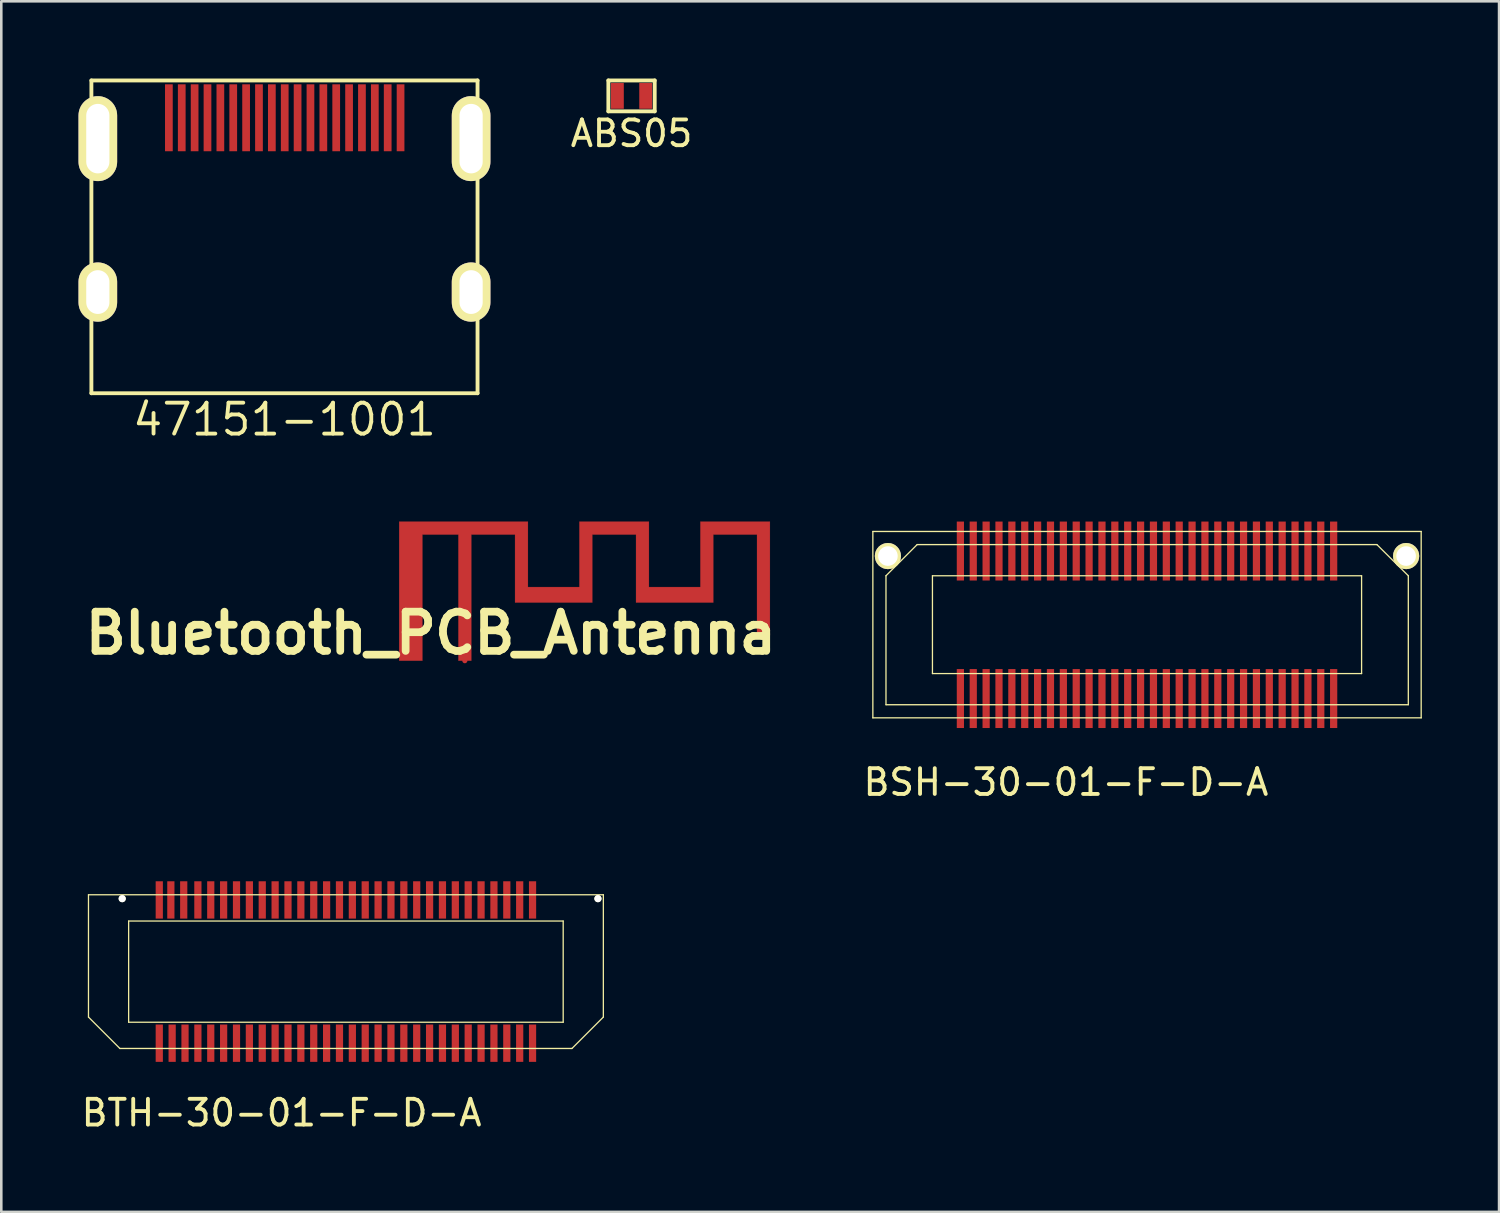
<source format=kicad_pcb>
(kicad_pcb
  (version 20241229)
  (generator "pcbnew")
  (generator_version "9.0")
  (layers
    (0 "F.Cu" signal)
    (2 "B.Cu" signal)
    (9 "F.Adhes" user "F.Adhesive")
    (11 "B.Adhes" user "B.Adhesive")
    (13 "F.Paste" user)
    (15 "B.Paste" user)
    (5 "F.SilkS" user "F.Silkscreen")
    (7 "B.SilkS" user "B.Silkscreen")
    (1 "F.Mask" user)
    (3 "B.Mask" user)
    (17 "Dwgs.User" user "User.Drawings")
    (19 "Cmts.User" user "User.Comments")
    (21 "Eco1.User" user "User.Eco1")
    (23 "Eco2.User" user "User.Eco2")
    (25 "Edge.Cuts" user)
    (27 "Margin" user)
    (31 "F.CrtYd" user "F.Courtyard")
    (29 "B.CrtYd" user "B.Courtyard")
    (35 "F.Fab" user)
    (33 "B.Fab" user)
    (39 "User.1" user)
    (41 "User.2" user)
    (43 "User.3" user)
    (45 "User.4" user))
  (footprint "47151-1001"
    (layer "F.Cu")
    (at 8 1.575)
    (property "Reference" "47151-1001" (at 0 11.67 0) (layer "F.SilkS") (effects (font (size 1.2 1.2) (thickness 0.15))))
    (attr through_hole)
    (fp_line (start -7.5 -1.5) (end -7.5 10.65) (stroke (width 0.15) (type solid)) (layer "F.SilkS"))
    (fp_line (start -7.5 -1.5) (end 7.5 -1.5) (stroke (width 0.15) (type solid)) (layer "F.SilkS"))
    (fp_line (start -7.5 10.65) (end 7.5 10.65) (stroke (width 0.15) (type solid)) (layer "F.SilkS"))
    (fp_line (start 7.5 10.65) (end 7.5 -1.5) (stroke (width 0.15) (type solid)) (layer "F.SilkS"))
    (pad "0" thru_hole oval (at -7.25 0.76) (size 1.5 3.3) (drill oval 0.9 2.7) (layers "*.Cu" "*.Mask" "F.SilkS"))
    (pad "0" thru_hole oval (at -7.25 6.72) (size 1.5 2.3) (drill oval 0.9 1.7) (layers "*.Cu" "*.Mask" "F.SilkS"))
    (pad "0" thru_hole oval (at 7.25 0.76) (size 1.5 3.3) (drill oval 0.9 2.7) (layers "*.Cu" "*.Mask" "F.SilkS"))
    (pad "0" thru_hole oval (at 7.25 6.72) (size 1.5 2.3) (drill oval 0.9 1.7) (layers "*.Cu" "*.Mask" "F.SilkS"))
    (pad "1" smd rect (at 4.51 -0.05 180) (size 0.3 2.6) (layers "F.Cu" "F.Mask" "F.Paste"))
    (pad "2" smd rect (at 4.01 -0.05 180) (size 0.3 2.6) (layers "F.Cu" "F.Mask" "F.Paste"))
    (pad "3" smd rect (at 3.51 -0.05 180) (size 0.3 2.6) (layers "F.Cu" "F.Mask" "F.Paste"))
    (pad "4" smd rect (at 3.01 -0.05 180) (size 0.3 2.6) (layers "F.Cu" "F.Mask" "F.Paste"))
    (pad "5" smd rect (at 2.51 -0.05 180) (size 0.3 2.6) (layers "F.Cu" "F.Mask" "F.Paste"))
    (pad "6" smd rect (at 2.01 -0.05 180) (size 0.3 2.6) (layers "F.Cu" "F.Mask" "F.Paste"))
    (pad "7" smd rect (at 1.51 -0.05 180) (size 0.3 2.6) (layers "F.Cu" "F.Mask" "F.Paste"))
    (pad "8" smd rect (at 1.01 -0.05 180) (size 0.3 2.6) (layers "F.Cu" "F.Mask" "F.Paste"))
    (pad "9" smd rect (at 0.51 -0.05 180) (size 0.3 2.6) (layers "F.Cu" "F.Mask" "F.Paste"))
    (pad "10" smd rect (at 0.01 -0.05 180) (size 0.3 2.6) (layers "F.Cu" "F.Mask" "F.Paste"))
    (pad "11" smd rect (at -0.49 -0.05 180) (size 0.3 2.6) (layers "F.Cu" "F.Mask" "F.Paste"))
    (pad "12" smd rect (at -0.99 -0.05 180) (size 0.3 2.6) (layers "F.Cu" "F.Mask" "F.Paste"))
    (pad "13" smd rect (at -1.49 -0.05 180) (size 0.3 2.6) (layers "F.Cu" "F.Mask" "F.Paste"))
    (pad "14" smd rect (at -1.99 -0.05 180) (size 0.3 2.6) (layers "F.Cu" "F.Mask" "F.Paste"))
    (pad "15" smd rect (at -2.49 -0.05 180) (size 0.3 2.6) (layers "F.Cu" "F.Mask" "F.Paste"))
    (pad "16" smd rect (at -2.99 -0.05 180) (size 0.3 2.6) (layers "F.Cu" "F.Mask" "F.Paste"))
    (pad "17" smd rect (at -3.49 -0.05 180) (size 0.3 2.6) (layers "F.Cu" "F.Mask" "F.Paste"))
    (pad "18" smd rect (at -3.99 -0.05 180) (size 0.3 2.6) (layers "F.Cu" "F.Mask" "F.Paste"))
    (pad "19" smd rect (at -4.49 -0.05 180) (size 0.3 2.6) (layers "F.Cu" "F.Mask" "F.Paste")))
  (footprint "BTH-30-01-F-D-A"
    (layer "F.Cu")
    (at 0.387 37.678)
    (property "Reference" "BTH-30-01-F-D-A" (at 7.5 2.5 0) (layer "F.SilkS") (effects (font (size 1 1) (thickness 0.15))))
    (attr through_hole)
    (fp_line (start 0 -5.97) (end 0 -1.22) (stroke (width 0.05) (type solid)) (layer "F.SilkS"))
    (fp_line (start 0 -5.97) (end 20 -5.97) (stroke (width 0.05) (type solid)) (layer "F.SilkS"))
    (fp_line (start 0 -1.22) (end 1.22 0) (stroke (width 0.05) (type solid)) (layer "F.SilkS"))
    (fp_line (start 1.56 -4.95) (end 1.56 -1.02) (stroke (width 0.05) (type solid)) (layer "F.SilkS"))
    (fp_line (start 1.56 -4.95) (end 18.44 -4.95) (stroke (width 0.05) (type solid)) (layer "F.SilkS"))
    (fp_line (start 1.56 -1.02) (end 18.44 -1.02) (stroke (width 0.05) (type solid)) (layer "F.SilkS"))
    (fp_line (start 18.44 -4.95) (end 18.44 -1.02) (stroke (width 0.05) (type solid)) (layer "F.SilkS"))
    (fp_line (start 18.78 0) (end 1.22 0) (stroke (width 0.05) (type solid)) (layer "F.SilkS"))
    (fp_line (start 20 -5.97) (end 20 -1.22) (stroke (width 0.05) (type solid)) (layer "F.SilkS"))
    (fp_line (start 20 -1.22) (end 18.78 0) (stroke (width 0.05) (type solid)) (layer "F.SilkS"))
    (pad "" np_thru_hole circle (at 1.31 -5.82) (size 0.28 0.28) (drill 0.762) (layers "*.Cu" "*.Mask" "F.SilkS"))
    (pad "" np_thru_hole circle (at 19.79 -5.82) (size 0.28 0.28) (drill 0.762) (layers "*.Cu" "*.Mask" "F.SilkS"))
    (pad "1" smd rect (at 2.75 -5.77) (size 0.28 1.45) (layers "F.Cu" "F.Mask" "F.Paste"))
    (pad "2" smd rect (at 2.75 -0.205) (size 0.28 1.45) (layers "F.Cu" "F.Mask" "F.Paste"))
    (pad "3" smd rect (at 3.2 -5.77) (size 0.28 1.45) (layers "F.Cu" "F.Mask" "F.Paste"))
    (pad "4" smd rect (at 3.25 -0.205) (size 0.28 1.45) (layers "F.Cu" "F.Mask" "F.Paste"))
    (pad "5" smd rect (at 3.7 -5.77) (size 0.28 1.45) (layers "F.Cu" "F.Mask" "F.Paste"))
    (pad "6" smd rect (at 3.75 -0.205) (size 0.28 1.45) (layers "F.Cu" "F.Mask" "F.Paste"))
    (pad "7" smd rect (at 4.25 -5.77) (size 0.28 1.45) (layers "F.Cu" "F.Mask" "F.Paste"))
    (pad "8" smd rect (at 4.25 -0.205) (size 0.28 1.45) (layers "F.Cu" "F.Mask" "F.Paste"))
    (pad "9" smd rect (at 4.75 -5.77) (size 0.28 1.45) (layers "F.Cu" "F.Mask" "F.Paste"))
    (pad "10" smd rect (at 4.75 -0.205) (size 0.28 1.45) (layers "F.Cu" "F.Mask" "F.Paste"))
    (pad "11" smd rect (at 5.25 -5.77) (size 0.28 1.45) (layers "F.Cu" "F.Mask" "F.Paste"))
    (pad "12" smd rect (at 5.25 -0.205) (size 0.28 1.45) (layers "F.Cu" "F.Mask" "F.Paste"))
    (pad "13" smd rect (at 5.75 -5.77) (size 0.28 1.45) (layers "F.Cu" "F.Mask" "F.Paste"))
    (pad "14" smd rect (at 5.75 -0.205) (size 0.28 1.45) (layers "F.Cu" "F.Mask" "F.Paste"))
    (pad "15" smd rect (at 6.25 -5.77) (size 0.28 1.45) (layers "F.Cu" "F.Mask" "F.Paste"))
    (pad "16" smd rect (at 6.25 -0.205) (size 0.28 1.45) (layers "F.Cu" "F.Mask" "F.Paste"))
    (pad "17" smd rect (at 6.75 -5.77) (size 0.28 1.45) (layers "F.Cu" "F.Mask" "F.Paste"))
    (pad "18" smd rect (at 6.75 -0.205) (size 0.28 1.45) (layers "F.Cu" "F.Mask" "F.Paste"))
    (pad "19" smd rect (at 7.25 -5.77) (size 0.28 1.45) (layers "F.Cu" "F.Mask" "F.Paste"))
    (pad "20" smd rect (at 7.25 -0.205) (size 0.28 1.45) (layers "F.Cu" "F.Mask" "F.Paste"))
    (pad "21" smd rect (at 7.75 -5.77) (size 0.28 1.45) (layers "F.Cu" "F.Mask" "F.Paste"))
    (pad "22" smd rect (at 7.75 -0.205) (size 0.28 1.45) (layers "F.Cu" "F.Mask" "F.Paste"))
    (pad "23" smd rect (at 8.25 -5.77) (size 0.28 1.45) (layers "F.Cu" "F.Mask" "F.Paste"))
    (pad "24" smd rect (at 8.25 -0.205) (size 0.28 1.45) (layers "F.Cu" "F.Mask" "F.Paste"))
    (pad "25" smd rect (at 8.75 -5.77) (size 0.28 1.45) (layers "F.Cu" "F.Mask" "F.Paste"))
    (pad "26" smd rect (at 8.75 -0.205) (size 0.28 1.45) (layers "F.Cu" "F.Mask" "F.Paste"))
    (pad "27" smd rect (at 9.25 -5.77) (size 0.28 1.45) (layers "F.Cu" "F.Mask" "F.Paste"))
    (pad "28" smd rect (at 9.25 -0.205) (size 0.28 1.45) (layers "F.Cu" "F.Mask" "F.Paste"))
    (pad "29" smd rect (at 9.75 -5.77) (size 0.28 1.45) (layers "F.Cu" "F.Mask" "F.Paste"))
    (pad "30" smd rect (at 9.75 -0.205) (size 0.28 1.45) (layers "F.Cu" "F.Mask" "F.Paste"))
    (pad "31" smd rect (at 10.25 -5.77) (size 0.28 1.45) (layers "F.Cu" "F.Mask" "F.Paste"))
    (pad "32" smd rect (at 10.25 -0.205) (size 0.28 1.45) (layers "F.Cu" "F.Mask" "F.Paste"))
    (pad "33" smd rect (at 10.75 -5.77) (size 0.28 1.45) (layers "F.Cu" "F.Mask" "F.Paste"))
    (pad "34" smd rect (at 10.75 -0.205) (size 0.28 1.45) (layers "F.Cu" "F.Mask" "F.Paste"))
    (pad "35" smd rect (at 11.25 -5.77) (size 0.28 1.45) (layers "F.Cu" "F.Mask" "F.Paste"))
    (pad "36" smd rect (at 11.25 -0.205) (size 0.28 1.45) (layers "F.Cu" "F.Mask" "F.Paste"))
    (pad "37" smd rect (at 11.75 -5.77) (size 0.28 1.45) (layers "F.Cu" "F.Mask" "F.Paste"))
    (pad "38" smd rect (at 11.75 -0.205) (size 0.28 1.45) (layers "F.Cu" "F.Mask" "F.Paste"))
    (pad "39" smd rect (at 12.25 -5.77) (size 0.28 1.45) (layers "F.Cu" "F.Mask" "F.Paste"))
    (pad "40" smd rect (at 12.25 -0.205) (size 0.28 1.45) (layers "F.Cu" "F.Mask" "F.Paste"))
    (pad "41" smd rect (at 12.75 -5.77) (size 0.28 1.45) (layers "F.Cu" "F.Mask" "F.Paste"))
    (pad "42" smd rect (at 12.75 -0.205) (size 0.28 1.45) (layers "F.Cu" "F.Mask" "F.Paste"))
    (pad "43" smd rect (at 13.25 -5.77) (size 0.28 1.45) (layers "F.Cu" "F.Mask" "F.Paste"))
    (pad "44" smd rect (at 13.25 -0.205) (size 0.28 1.45) (layers "F.Cu" "F.Mask" "F.Paste"))
    (pad "45" smd rect (at 13.75 -5.77) (size 0.28 1.45) (layers "F.Cu" "F.Mask" "F.Paste"))
    (pad "46" smd rect (at 13.75 -0.205) (size 0.28 1.45) (layers "F.Cu" "F.Mask" "F.Paste"))
    (pad "47" smd rect (at 14.25 -5.77) (size 0.28 1.45) (layers "F.Cu" "F.Mask" "F.Paste"))
    (pad "48" smd rect (at 14.25 -0.205) (size 0.28 1.45) (layers "F.Cu" "F.Mask" "F.Paste"))
    (pad "49" smd rect (at 14.75 -5.77) (size 0.28 1.45) (layers "F.Cu" "F.Mask" "F.Paste"))
    (pad "50" smd rect (at 14.75 -0.205) (size 0.28 1.45) (layers "F.Cu" "F.Mask" "F.Paste"))
    (pad "51" smd rect (at 15.25 -5.77) (size 0.28 1.45) (layers "F.Cu" "F.Mask" "F.Paste"))
    (pad "52" smd rect (at 15.25 -0.205) (size 0.28 1.45) (layers "F.Cu" "F.Mask" "F.Paste"))
    (pad "53" smd rect (at 15.75 -5.77) (size 0.28 1.45) (layers "F.Cu" "F.Mask" "F.Paste"))
    (pad "54" smd rect (at 15.75 -0.205) (size 0.28 1.45) (layers "F.Cu" "F.Mask" "F.Paste"))
    (pad "55" smd rect (at 16.25 -5.77) (size 0.28 1.45) (layers "F.Cu" "F.Mask" "F.Paste"))
    (pad "56" smd rect (at 16.25 -0.205) (size 0.28 1.45) (layers "F.Cu" "F.Mask" "F.Paste"))
    (pad "57" smd rect (at 16.75 -5.77) (size 0.28 1.45) (layers "F.Cu" "F.Mask" "F.Paste"))
    (pad "58" smd rect (at 16.75 -0.205) (size 0.28 1.45) (layers "F.Cu" "F.Mask" "F.Paste"))
    (pad "59" smd rect (at 17.25 -5.77) (size 0.28 1.45) (layers "F.Cu" "F.Mask" "F.Paste"))
    (pad "60" smd rect (at 17.25 -0.205) (size 0.28 1.45) (layers "F.Cu" "F.Mask" "F.Paste")))
  (footprint "ABS05"
    (layer "F.Cu")
    (at 21.482 0.675)
    (property "Reference" "ABS05" (at 0 1.46 0) (layer "F.SilkS") (effects (font (size 1 1) (thickness 0.15))))
    (attr through_hole)
    (fp_line (start -0.9 -0.6) (end 0.9 -0.6) (stroke (width 0.15) (type solid)) (layer "F.SilkS"))
    (fp_line (start -0.9 0.6) (end -0.9 -0.6) (stroke (width 0.15) (type solid)) (layer "F.SilkS"))
    (fp_line (start 0.9 -0.6) (end 0.9 0.6) (stroke (width 0.15) (type solid)) (layer "F.SilkS"))
    (fp_line (start 0.9 0.6) (end -0.9 0.6) (stroke (width 0.15) (type solid)) (layer "F.SilkS"))
    (pad "1" smd rect (at -0.55 0) (size 0.5 1) (layers "F.Cu" "F.Mask" "F.Paste"))
    (pad "2" smd rect (at 0.55 0) (size 0.5 1) (layers "F.Cu" "F.Mask" "F.Paste")))
  (footprint "BSH-30-01-F-D-A"
    (layer "F.Cu")
    (at 30.856 24.835)
    (property "Reference" "BSH-30-01-F-D-A" (at 7.5 2.5 0) (layer "F.SilkS") (effects (font (size 1 1) (thickness 0.15))))
    (attr through_hole)
    (fp_line (start 0 -7.24) (end 0 0) (stroke (width 0.05) (type solid)) (layer "F.SilkS"))
    (fp_line (start 0 -7.24) (end 21.3 -7.24) (stroke (width 0.05) (type solid)) (layer "F.SilkS"))
    (fp_line (start 0.51 -5.52) (end 1.72 -6.73) (stroke (width 0.05) (type solid)) (layer "F.SilkS"))
    (fp_line (start 0.51 -0.51) (end 0.51 -5.52) (stroke (width 0.05) (type solid)) (layer "F.SilkS"))
    (fp_line (start 0.51 -0.51) (end 20.8 -0.51) (stroke (width 0.05) (type solid)) (layer "F.SilkS"))
    (fp_line (start 1.72 -6.73) (end 19.58 -6.73) (stroke (width 0.05) (type solid)) (layer "F.SilkS"))
    (fp_line (start 2.315 -5.52) (end 2.315 -1.72) (stroke (width 0.05) (type solid)) (layer "F.SilkS"))
    (fp_line (start 2.315 -1.72) (end 18.985 -1.72) (stroke (width 0.05) (type solid)) (layer "F.SilkS"))
    (fp_line (start 18.985 -5.52) (end 2.315 -5.52) (stroke (width 0.05) (type solid)) (layer "F.SilkS"))
    (fp_line (start 18.985 -1.72) (end 18.985 -5.52) (stroke (width 0.05) (type solid)) (layer "F.SilkS"))
    (fp_line (start 20.8 -5.52) (end 19.58 -6.73) (stroke (width 0.05) (type solid)) (layer "F.SilkS"))
    (fp_line (start 20.8 -0.51) (end 20.8 -5.52) (stroke (width 0.05) (type solid)) (layer "F.SilkS"))
    (fp_line (start 21.3 -7.24) (end 21.3 0) (stroke (width 0.05) (type solid)) (layer "F.SilkS"))
    (fp_line (start 21.3 0) (end 0 0) (stroke (width 0.05) (type solid)) (layer "F.SilkS"))
    (pad "" np_thru_hole circle (at 0.585 -6.285) (size 1.016 1.016) (drill 0.762) (layers "*.Cu" "*.Mask" "F.SilkS"))
    (pad "" np_thru_hole circle (at 20.715 -6.285) (size 1.016 1.016) (drill 0.762) (layers "*.Cu" "*.Mask" "F.SilkS"))
    (pad "1" smd rect (at 3.4 -0.75) (size 0.28 2.29) (layers "F.Cu" "F.Mask" "F.Paste"))
    (pad "2" smd rect (at 3.4 -6.48) (size 0.28 2.29) (layers "F.Cu" "F.Mask" "F.Paste"))
    (pad "3" smd rect (at 3.9 -0.75) (size 0.28 2.29) (layers "F.Cu" "F.Mask" "F.Paste"))
    (pad "4" smd rect (at 3.9 -6.48) (size 0.28 2.29) (layers "F.Cu" "F.Mask" "F.Paste"))
    (pad "5" smd rect (at 4.4 -0.75) (size 0.28 2.29) (layers "F.Cu" "F.Mask" "F.Paste"))
    (pad "6" smd rect (at 4.4 -6.48) (size 0.28 2.29) (layers "F.Cu" "F.Mask" "F.Paste"))
    (pad "7" smd rect (at 4.9 -0.75) (size 0.28 2.29) (layers "F.Cu" "F.Mask" "F.Paste"))
    (pad "8" smd rect (at 4.9 -6.48) (size 0.28 2.29) (layers "F.Cu" "F.Mask" "F.Paste"))
    (pad "9" smd rect (at 5.4 -0.75) (size 0.28 2.29) (layers "F.Cu" "F.Mask" "F.Paste"))
    (pad "10" smd rect (at 5.4 -6.48) (size 0.28 2.29) (layers "F.Cu" "F.Mask" "F.Paste"))
    (pad "11" smd rect (at 5.9 -0.75) (size 0.28 2.29) (layers "F.Cu" "F.Mask" "F.Paste"))
    (pad "12" smd rect (at 5.9 -6.48) (size 0.28 2.29) (layers "F.Cu" "F.Mask" "F.Paste"))
    (pad "13" smd rect (at 6.4 -0.75) (size 0.28 2.29) (layers "F.Cu" "F.Mask" "F.Paste"))
    (pad "14" smd rect (at 6.4 -6.48) (size 0.28 2.29) (layers "F.Cu" "F.Mask" "F.Paste"))
    (pad "15" smd rect (at 6.9 -0.75) (size 0.28 2.29) (layers "F.Cu" "F.Mask" "F.Paste"))
    (pad "16" smd rect (at 6.9 -6.48) (size 0.28 2.29) (layers "F.Cu" "F.Mask" "F.Paste"))
    (pad "17" smd rect (at 7.4 -0.75) (size 0.28 2.29) (layers "F.Cu" "F.Mask" "F.Paste"))
    (pad "18" smd rect (at 7.4 -6.48) (size 0.28 2.29) (layers "F.Cu" "F.Mask" "F.Paste"))
    (pad "19" smd rect (at 7.9 -0.75) (size 0.28 2.29) (layers "F.Cu" "F.Mask" "F.Paste"))
    (pad "20" smd rect (at 7.9 -6.48) (size 0.28 2.29) (layers "F.Cu" "F.Mask" "F.Paste"))
    (pad "21" smd rect (at 8.4 -0.75) (size 0.28 2.29) (layers "F.Cu" "F.Mask" "F.Paste"))
    (pad "22" smd rect (at 8.4 -6.48) (size 0.28 2.29) (layers "F.Cu" "F.Mask" "F.Paste"))
    (pad "23" smd rect (at 8.9 -0.75) (size 0.28 2.29) (layers "F.Cu" "F.Mask" "F.Paste"))
    (pad "24" smd rect (at 8.9 -6.48) (size 0.28 2.29) (layers "F.Cu" "F.Mask" "F.Paste"))
    (pad "25" smd rect (at 9.4 -0.75) (size 0.28 2.29) (layers "F.Cu" "F.Mask" "F.Paste"))
    (pad "26" smd rect (at 9.4 -6.48) (size 0.28 2.29) (layers "F.Cu" "F.Mask" "F.Paste"))
    (pad "27" smd rect (at 9.9 -0.75) (size 0.28 2.29) (layers "F.Cu" "F.Mask" "F.Paste"))
    (pad "28" smd rect (at 9.9 -6.48) (size 0.28 2.29) (layers "F.Cu" "F.Mask" "F.Paste"))
    (pad "29" smd rect (at 10.4 -0.75) (size 0.28 2.29) (layers "F.Cu" "F.Mask" "F.Paste"))
    (pad "30" smd rect (at 10.4 -6.48) (size 0.28 2.29) (layers "F.Cu" "F.Mask" "F.Paste"))
    (pad "31" smd rect (at 10.9 -0.75) (size 0.28 2.29) (layers "F.Cu" "F.Mask" "F.Paste"))
    (pad "32" smd rect (at 10.9 -6.48) (size 0.28 2.29) (layers "F.Cu" "F.Mask" "F.Paste"))
    (pad "33" smd rect (at 11.4 -0.75) (size 0.28 2.29) (layers "F.Cu" "F.Mask" "F.Paste"))
    (pad "34" smd rect (at 11.4 -6.48) (size 0.28 2.29) (layers "F.Cu" "F.Mask" "F.Paste"))
    (pad "35" smd rect (at 11.9 -0.75) (size 0.28 2.29) (layers "F.Cu" "F.Mask" "F.Paste"))
    (pad "36" smd rect (at 11.9 -6.48) (size 0.28 2.29) (layers "F.Cu" "F.Mask" "F.Paste"))
    (pad "37" smd rect (at 12.4 -0.75) (size 0.28 2.29) (layers "F.Cu" "F.Mask" "F.Paste"))
    (pad "38" smd rect (at 12.4 -6.48) (size 0.28 2.29) (layers "F.Cu" "F.Mask" "F.Paste"))
    (pad "39" smd rect (at 12.9 -0.75) (size 0.28 2.29) (layers "F.Cu" "F.Mask" "F.Paste"))
    (pad "40" smd rect (at 12.9 -6.48) (size 0.28 2.29) (layers "F.Cu" "F.Mask" "F.Paste"))
    (pad "41" smd rect (at 13.4 -0.75) (size 0.28 2.29) (layers "F.Cu" "F.Mask" "F.Paste"))
    (pad "42" smd rect (at 13.4 -6.48) (size 0.28 2.29) (layers "F.Cu" "F.Mask" "F.Paste"))
    (pad "43" smd rect (at 13.9 -0.75) (size 0.28 2.29) (layers "F.Cu" "F.Mask" "F.Paste"))
    (pad "44" smd rect (at 13.9 -6.48) (size 0.28 2.29) (layers "F.Cu" "F.Mask" "F.Paste"))
    (pad "45" smd rect (at 14.4 -0.75) (size 0.28 2.29) (layers "F.Cu" "F.Mask" "F.Paste"))
    (pad "46" smd rect (at 14.4 -6.48) (size 0.28 2.29) (layers "F.Cu" "F.Mask" "F.Paste"))
    (pad "47" smd rect (at 14.9 -0.75) (size 0.28 2.29) (layers "F.Cu" "F.Mask" "F.Paste"))
    (pad "48" smd rect (at 14.9 -6.48) (size 0.28 2.29) (layers "F.Cu" "F.Mask" "F.Paste"))
    (pad "49" smd rect (at 15.4 -0.75) (size 0.28 2.29) (layers "F.Cu" "F.Mask" "F.Paste"))
    (pad "50" smd rect (at 15.4 -6.48) (size 0.28 2.29) (layers "F.Cu" "F.Mask" "F.Paste"))
    (pad "51" smd rect (at 15.9 -0.75) (size 0.28 2.29) (layers "F.Cu" "F.Mask" "F.Paste"))
    (pad "52" smd rect (at 15.9 -6.48) (size 0.28 2.29) (layers "F.Cu" "F.Mask" "F.Paste"))
    (pad "53" smd rect (at 16.4 -0.75) (size 0.28 2.29) (layers "F.Cu" "F.Mask" "F.Paste"))
    (pad "54" smd rect (at 16.4 -6.48) (size 0.28 2.29) (layers "F.Cu" "F.Mask" "F.Paste"))
    (pad "55" smd rect (at 16.9 -0.75) (size 0.28 2.29) (layers "F.Cu" "F.Mask" "F.Paste"))
    (pad "56" smd rect (at 16.9 -6.48) (size 0.28 2.29) (layers "F.Cu" "F.Mask" "F.Paste"))
    (pad "57" smd rect (at 17.4 -0.75) (size 0.28 2.29) (layers "F.Cu" "F.Mask" "F.Paste"))
    (pad "58" smd rect (at 17.4 -6.48) (size 0.28 2.29) (layers "F.Cu" "F.Mask" "F.Paste"))
    (pad "59" smd rect (at 17.9 -0.75) (size 0.28 2.29) (layers "F.Cu" "F.Mask" "F.Paste"))
    (pad "60" smd rect (at 17.9 -6.48) (size 0.28 2.29) (layers "F.Cu" "F.Mask" "F.Paste")))
  (footprint "Bluetooth_PCB_Antenna"
    (layer "F.Cu")
    (at 12.457 22.615)
    (property "Reference" "Bluetooth_PCB_Antenna" (at 1.23 -1.07 0) (layer "F.SilkS") (effects (font (size 1.524 1.524) (thickness 0.3))))
    (attr through_hole)
    (fp_poly (pts (xy 0 0) (xy 0 -5.4) (xy 5 -5.4) (xy 5 -2.86) (xy 7 -2.86) (xy 7 -5.4) (xy 9.7 -5.4) (xy 9.7 -2.86) (xy 11.7 -2.86) (xy 11.7 -5.4) (xy 14.4 -5.4) (xy 14.4 -0.96) (xy 13.9 -0.96) (xy 13.9 -4.9) (xy 12.2 -4.9) (xy 12.2 -2.26) (xy 9.2 -2.26) (xy 9.2 -4.9) (xy 7.5 -4.9) (xy 7.5 -2.26) (xy 4.5 -2.26) (xy 4.5 -4.9) (xy 2.8 -4.9) (xy 2.8 0) (xy 2.3 0) (xy 2.3 -4.9) (xy 0.9 -4.9) (xy 0.9 0)) (stroke (width 0.01) (type solid)) (fill yes) (layer "F.Cu"))
    (pad "1" smd circle (at 2.55 0) (size 0.2 0.2) (layers "F.Cu" "F.Mask" "F.Paste"))
    (pad "2" smd circle (at 0.45 -0.25) (size 0.2 0.2) (layers "F.Cu" "F.Mask" "F.Paste")))
  (gr_rect
    (start -3 -3)
    (end 55.181 44.027)
    (stroke (width 0.1) (type default))
    (fill no)
    (layer "Edge.Cuts")))
</source>
